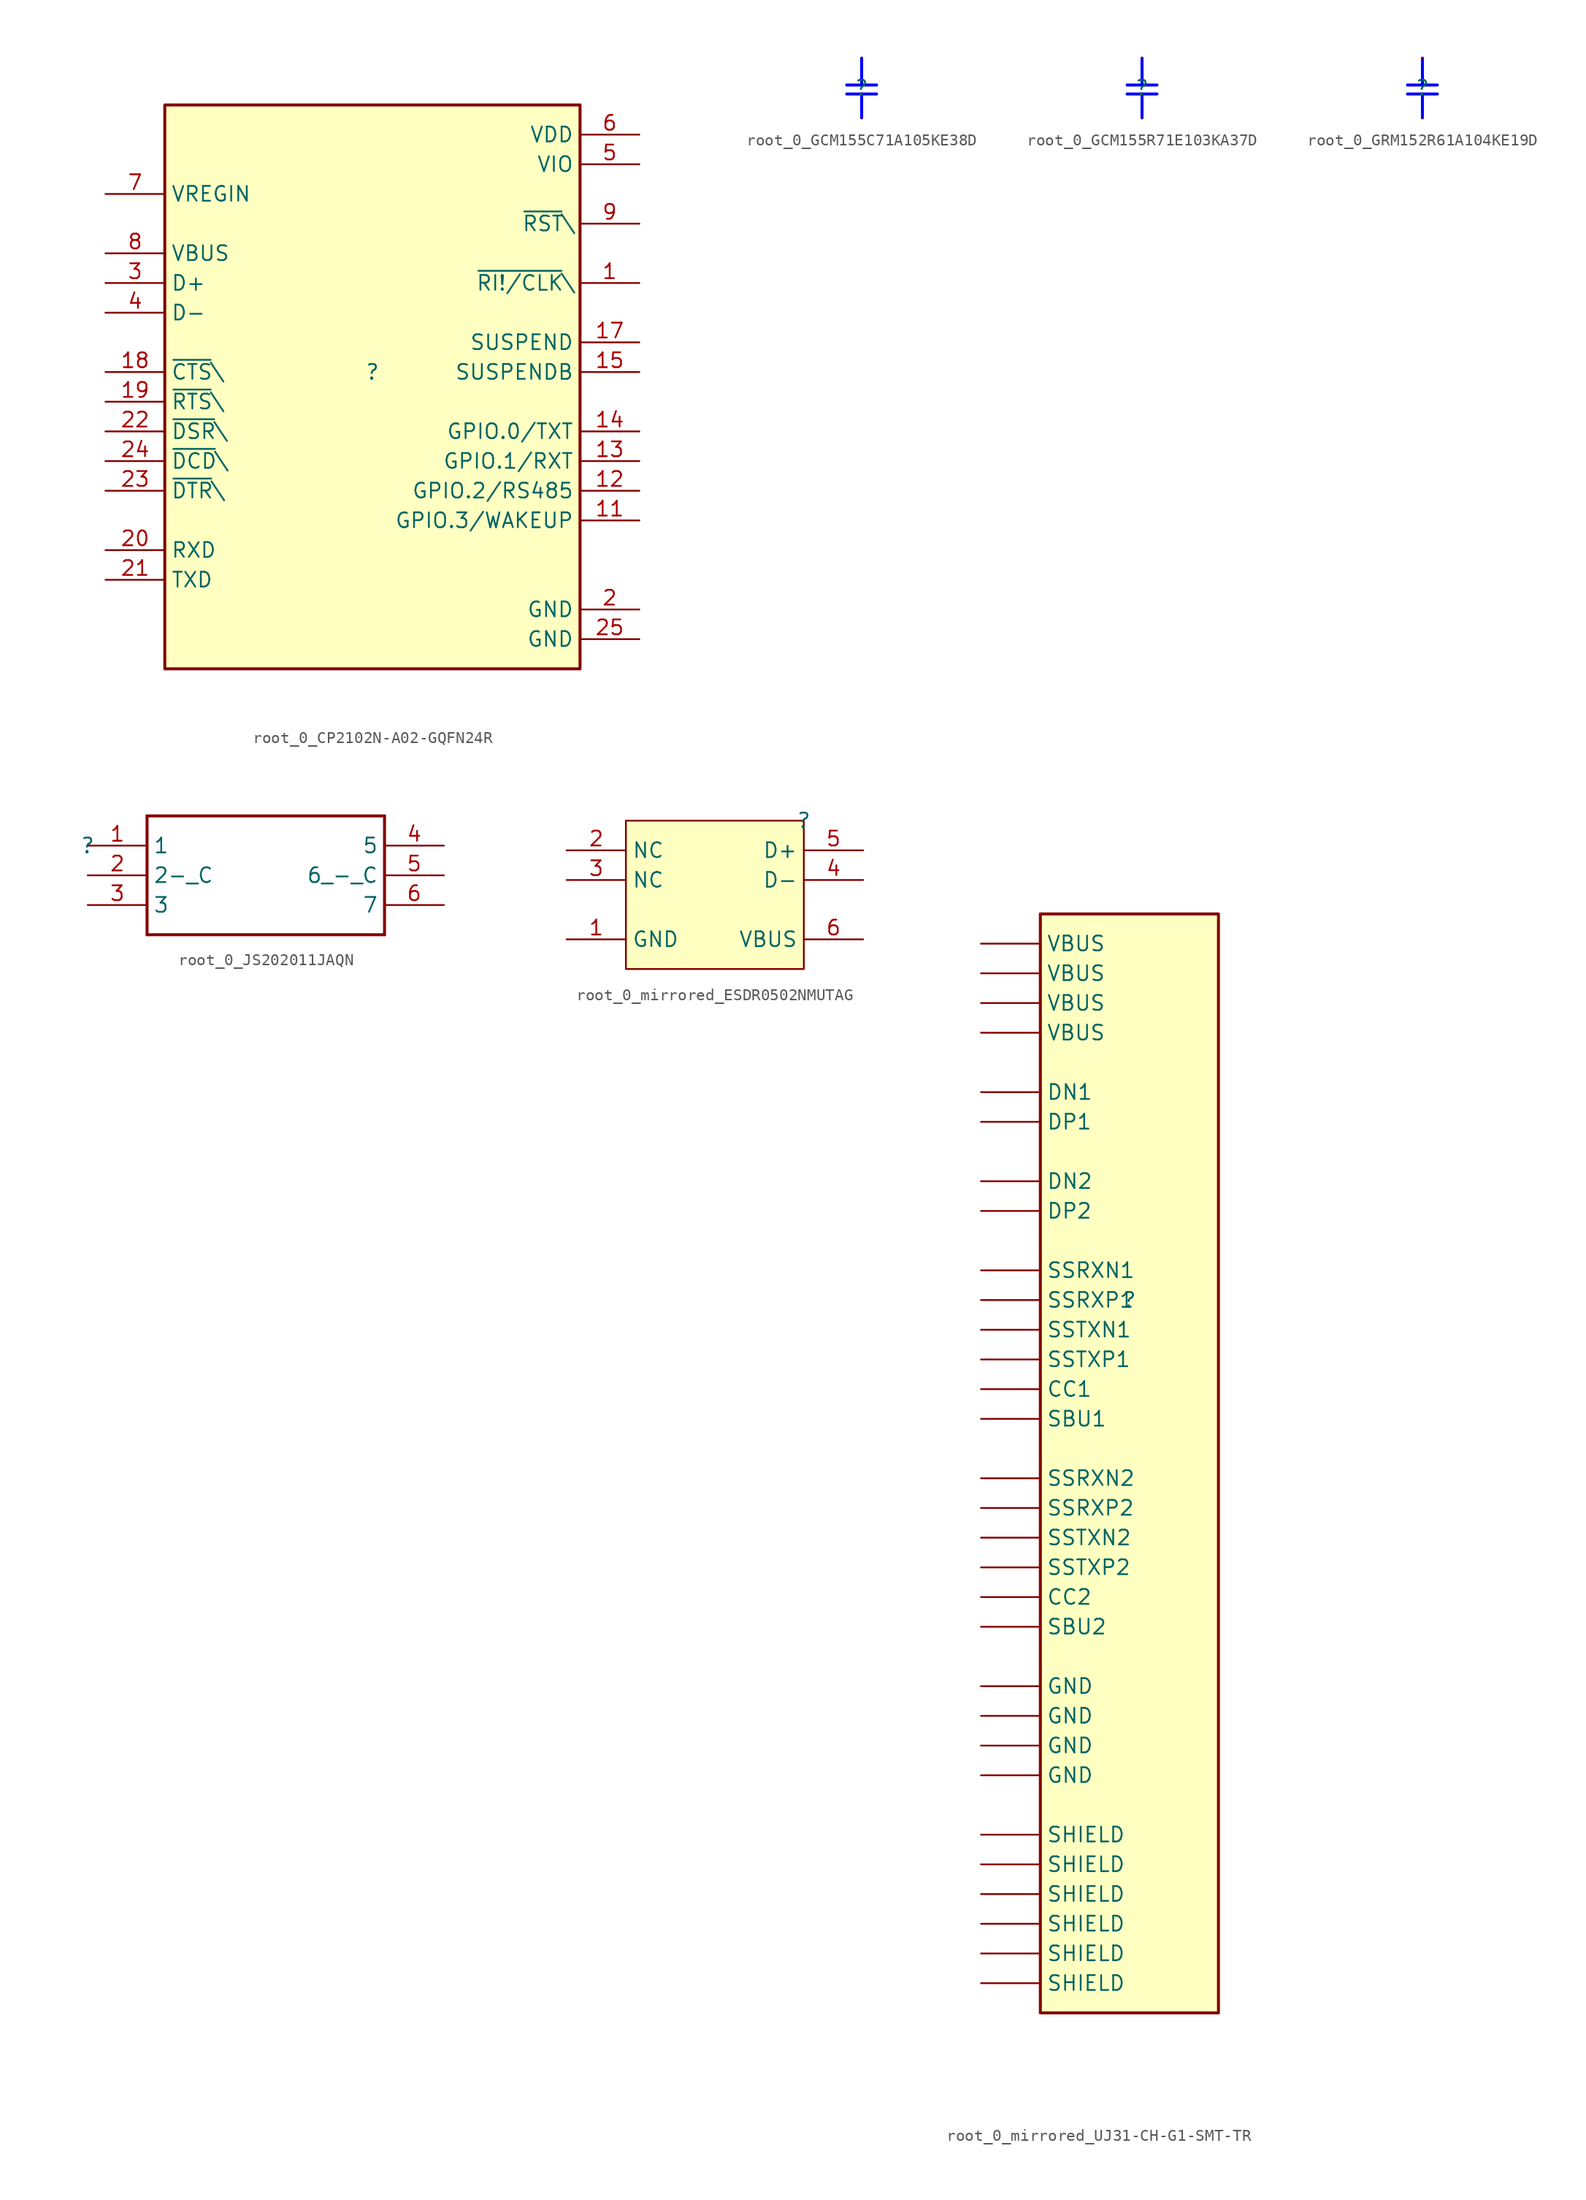
<source format=kicad_sym>
(kicad_symbol_lib
  (version 20220914)
  (generator kicad_symbol_editor)
  (symbol "root_0_CP2102N-A02-GQFN24R"
    (property "Reference" ""
      (at 0 0 0)
      (effects (font (size 1.27 1.27))))
    (property "Value" ""
      (at 0 0 0)
      (effects (font (size 1.27 1.27))))
    (symbol "root_0_CP2102N-A02-GQFN24R_1_0"
      (rectangle (start 17.78 22.86) (end -17.78 -25.4) (stroke (width 0.254) (type solid)) (fill (type background)))
      (pin bidirectional line (at 22.86 7.62 180) (length 5.08) (name "~{RI!/CLK}\\" (effects (font (size 1.27 1.27)))) (number "1" (effects (font (size 1.27 1.27)))))
      (pin bidirectional line (at 22.86 -12.7 180) (length 5.08) (name "GPIO.3/WAKEUP" (effects (font (size 1.27 1.27)))) (number "11" (effects (font (size 1.27 1.27)))))
      (pin bidirectional line (at 22.86 -10.16 180) (length 5.08) (name "GPIO.2/RS485" (effects (font (size 1.27 1.27)))) (number "12" (effects (font (size 1.27 1.27)))))
      (pin bidirectional line (at 22.86 -7.62 180) (length 5.08) (name "GPIO.1/RXT" (effects (font (size 1.27 1.27)))) (number "13" (effects (font (size 1.27 1.27)))))
      (pin bidirectional line (at 22.86 -5.08 180) (length 5.08) (name "GPIO.0/TXT" (effects (font (size 1.27 1.27)))) (number "14" (effects (font (size 1.27 1.27)))))
      (pin output line (at 22.86 0 180) (length 5.08) (name "SUSPENDB" (effects (font (size 1.27 1.27)))) (number "15" (effects (font (size 1.27 1.27)))))
      (pin output line (at 22.86 2.54 180) (length 5.08) (name "SUSPEND" (effects (font (size 1.27 1.27)))) (number "17" (effects (font (size 1.27 1.27)))))
      (pin input line (at -22.86 0 0) (length 5.08) (name "~{CTS}\\" (effects (font (size 1.27 1.27)))) (number "18" (effects (font (size 1.27 1.27)))))
      (pin output line (at -22.86 -2.54 0) (length 5.08) (name "~{RTS}\\" (effects (font (size 1.27 1.27)))) (number "19" (effects (font (size 1.27 1.27)))))
      (pin power_in line (at 22.86 -20.32 180) (length 5.08) (name "GND" (effects (font (size 1.27 1.27)))) (number "2" (effects (font (size 1.27 1.27)))))
      (pin input line (at -22.86 -15.24 0) (length 5.08) (name "RXD" (effects (font (size 1.27 1.27)))) (number "20" (effects (font (size 1.27 1.27)))))
      (pin output line (at -22.86 -17.78 0) (length 5.08) (name "TXD" (effects (font (size 1.27 1.27)))) (number "21" (effects (font (size 1.27 1.27)))))
      (pin input line (at -22.86 -5.08 0) (length 5.08) (name "~{DSR}\\" (effects (font (size 1.27 1.27)))) (number "22" (effects (font (size 1.27 1.27)))))
      (pin output line (at -22.86 -10.16 0) (length 5.08) (name "~{DTR}\\" (effects (font (size 1.27 1.27)))) (number "23" (effects (font (size 1.27 1.27)))))
      (pin input line (at -22.86 -7.62 0) (length 5.08) (name "~{DCD}\\" (effects (font (size 1.27 1.27)))) (number "24" (effects (font (size 1.27 1.27)))))
      (pin power_in line (at 22.86 -22.86 180) (length 5.08) (name "GND" (effects (font (size 1.27 1.27)))) (number "25" (effects (font (size 1.27 1.27)))))
      (pin bidirectional line (at -22.86 7.62 0) (length 5.08) (name "D+" (effects (font (size 1.27 1.27)))) (number "3" (effects (font (size 1.27 1.27)))))
      (pin bidirectional line (at -22.86 5.08 0) (length 5.08) (name "D-" (effects (font (size 1.27 1.27)))) (number "4" (effects (font (size 1.27 1.27)))))
      (pin power_in line (at 22.86 17.78 180) (length 5.08) (name "VIO" (effects (font (size 1.27 1.27)))) (number "5" (effects (font (size 1.27 1.27)))))
      (pin power_in line (at 22.86 20.32 180) (length 5.08) (name "VDD" (effects (font (size 1.27 1.27)))) (number "6" (effects (font (size 1.27 1.27)))))
      (pin input line (at -22.86 15.24 0) (length 5.08) (name "VREGIN" (effects (font (size 1.27 1.27)))) (number "7" (effects (font (size 1.27 1.27)))))
      (pin input line (at -22.86 10.16 0) (length 5.08) (name "VBUS" (effects (font (size 1.27 1.27)))) (number "8" (effects (font (size 1.27 1.27)))))
      (pin bidirectional line (at 22.86 12.7 180) (length 5.08) (name "~{RST}\\" (effects (font (size 1.27 1.27)))) (number "9" (effects (font (size 1.27 1.27)))))))
  (symbol "root_0_GCM155C71A105KE38D"
    (property "Reference" ""
      (at 0 0 0)
      (effects (font (size 1.27 1.27))))
    (property "Value" ""
      (at 0 0 0)
      (effects (font (size 1.27 1.27))))
    (symbol "root_0_GCM155C71A105KE38D_1_0"
      (polyline (pts (xy -1.27 -0.508) (xy 1.27 -0.508)) (stroke (width 0.254) (type solid) (color 0 0 255 1)) (fill (type none)))
      (polyline (pts (xy -1.27 0.254) (xy 1.27 0.254)) (stroke (width 0.254) (type solid) (color 0 0 255 1)) (fill (type none)))
      (polyline (pts (xy 0 -2.54) (xy 0 -0.508)) (stroke (width 0.254) (type solid) (color 0 0 255 1)) (fill (type none)))
      (polyline (pts (xy 0 0.254) (xy 0 2.54)) (stroke (width 0.254) (type solid) (color 0 0 255 1)) (fill (type none)))
      (pin passive line (at 0 2.54 270) (length 0) (name "1" (effects (font (size 0 0)))) (number "1" (effects (font (size 0 0)))))
      (pin passive line (at 0 -2.54 90) (length 0) (name "2" (effects (font (size 0 0)))) (number "2" (effects (font (size 0 0)))))))
  (symbol "root_0_GCM155R71E103KA37D"
    (property "Reference" ""
      (at 0 0 0)
      (effects (font (size 1.27 1.27))))
    (property "Value" ""
      (at 0 0 0)
      (effects (font (size 1.27 1.27))))
    (symbol "root_0_GCM155R71E103KA37D_1_0"
      (polyline (pts (xy -1.27 -0.508) (xy 1.27 -0.508)) (stroke (width 0.254) (type solid) (color 0 0 255 1)) (fill (type none)))
      (polyline (pts (xy -1.27 0.254) (xy 1.27 0.254)) (stroke (width 0.254) (type solid) (color 0 0 255 1)) (fill (type none)))
      (polyline (pts (xy 0 -2.54) (xy 0 -0.508)) (stroke (width 0.254) (type solid) (color 0 0 255 1)) (fill (type none)))
      (polyline (pts (xy 0 0.254) (xy 0 2.54)) (stroke (width 0.254) (type solid) (color 0 0 255 1)) (fill (type none)))
      (pin passive line (at 0 2.54 270) (length 0) (name "1" (effects (font (size 0 0)))) (number "1" (effects (font (size 0 0)))))
      (pin passive line (at 0 -2.54 90) (length 0) (name "2" (effects (font (size 0 0)))) (number "2" (effects (font (size 0 0)))))))
  (symbol "root_0_GRM152R61A104KE19D"
    (property "Reference" ""
      (at 0 0 0)
      (effects (font (size 1.27 1.27))))
    (property "Value" ""
      (at 0 0 0)
      (effects (font (size 1.27 1.27))))
    (symbol "root_0_GRM152R61A104KE19D_1_0"
      (polyline (pts (xy -1.27 -0.508) (xy 1.27 -0.508)) (stroke (width 0.254) (type solid) (color 0 0 255 1)) (fill (type none)))
      (polyline (pts (xy -1.27 0.254) (xy 1.27 0.254)) (stroke (width 0.254) (type solid) (color 0 0 255 1)) (fill (type none)))
      (polyline (pts (xy 0 -2.54) (xy 0 -0.508)) (stroke (width 0.254) (type solid) (color 0 0 255 1)) (fill (type none)))
      (polyline (pts (xy 0 0.254) (xy 0 2.54)) (stroke (width 0.254) (type solid) (color 0 0 255 1)) (fill (type none)))
      (pin passive line (at 0 2.54 270) (length 0) (name "1" (effects (font (size 0 0)))) (number "1" (effects (font (size 0 0)))))
      (pin passive line (at 0 -2.54 90) (length 0) (name "2" (effects (font (size 0 0)))) (number "2" (effects (font (size 0 0)))))))
  (symbol "root_0_JS202011JAQN"
    (property "Reference" ""
      (at 0 0 0)
      (effects (font (size 1.27 1.27))))
    (property "Value" ""
      (at 0 0 0)
      (effects (font (size 1.27 1.27))))
    (symbol "root_0_JS202011JAQN_1_0"
      (polyline (pts (xy 5.08 2.54) (xy 5.08 -7.62)) (stroke (width 0.254) (type solid)) (fill (type none)))
      (polyline (pts (xy 5.08 2.54) (xy 25.4 2.54)) (stroke (width 0.254) (type solid)) (fill (type none)))
      (polyline (pts (xy 25.4 -7.62) (xy 5.08 -7.62)) (stroke (width 0.254) (type solid)) (fill (type none)))
      (polyline (pts (xy 25.4 -7.62) (xy 25.4 2.54)) (stroke (width 0.254) (type solid)) (fill (type none)))
      (pin bidirectional line (at 0 0 0) (length 5.08) (name "1" (effects (font (size 1.27 1.27)))) (number "1" (effects (font (size 1.27 1.27)))))
      (pin bidirectional line (at 0 -2.54 0) (length 5.08) (name "2-_C" (effects (font (size 1.27 1.27)))) (number "2" (effects (font (size 1.27 1.27)))))
      (pin bidirectional line (at 0 -5.08 0) (length 5.08) (name "3" (effects (font (size 1.27 1.27)))) (number "3" (effects (font (size 1.27 1.27)))))
      (pin bidirectional line (at 30.48 0 180) (length 5.08) (name "5" (effects (font (size 1.27 1.27)))) (number "4" (effects (font (size 1.27 1.27)))))
      (pin bidirectional line (at 30.48 -2.54 180) (length 5.08) (name "6_-_C" (effects (font (size 1.27 1.27)))) (number "5" (effects (font (size 1.27 1.27)))))
      (pin bidirectional line (at 30.48 -5.08 180) (length 5.08) (name "7" (effects (font (size 1.27 1.27)))) (number "6" (effects (font (size 1.27 1.27)))))))
  (symbol "root_0_mirrored_ESDR0502NMUTAG"
    (property "Reference" ""
      (at 0 0 0)
      (effects (font (size 1.27 1.27))))
    (property "Value" ""
      (at 0 0 0)
      (effects (font (size 1.27 1.27))))
    (symbol "root_0_mirrored_ESDR0502NMUTAG_1_0"
      (rectangle (start 0 0) (end -15.24 -12.7) (stroke (width 0) (type solid)) (fill (type background)))
      (pin power_in line (at -20.32 -10.16 0) (length 5.08) (name "GND" (effects (font (size 1.27 1.27)))) (number "1" (effects (font (size 1.27 1.27)))))
      (pin passive line (at -20.32 -2.54 0) (length 5.08) (name "NC" (effects (font (size 1.27 1.27)))) (number "2" (effects (font (size 1.27 1.27)))))
      (pin passive line (at -20.32 -5.08 0) (length 5.08) (name "NC" (effects (font (size 1.27 1.27)))) (number "3" (effects (font (size 1.27 1.27)))))
      (pin passive line (at 5.08 -5.08 180) (length 5.08) (name "D-" (effects (font (size 1.27 1.27)))) (number "4" (effects (font (size 1.27 1.27)))))
      (pin passive line (at 5.08 -2.54 180) (length 5.08) (name "D+" (effects (font (size 1.27 1.27)))) (number "5" (effects (font (size 1.27 1.27)))))
      (pin power_in line (at 5.08 -10.16 180) (length 5.08) (name "VBUS" (effects (font (size 1.27 1.27)))) (number "6" (effects (font (size 1.27 1.27)))))))
  (symbol "root_0_mirrored_UJ31-CH-G1-SMT-TR"
    (property "Reference" ""
      (at 0 0 0)
      (effects (font (size 1.27 1.27))))
    (property "Value" ""
      (at 0 0 0)
      (effects (font (size 1.27 1.27))))
    (symbol "root_0_mirrored_UJ31-CH-G1-SMT-TR_1_0"
      (rectangle (start 7.62 33.02) (end -7.62 -60.96) (stroke (width 0.254) (type solid)) (fill (type background)))
      (pin power_in line (at -12.7 -33.02 0) (length 5.08) (name "GND" (effects (font (size 1.27 1.27)))) (number "A1" (effects (font (size 0 0)))))
      (pin bidirectional line (at -12.7 -15.24 0) (length 5.08) (name "SSRXN2" (effects (font (size 1.27 1.27)))) (number "A10" (effects (font (size 0 0)))))
      (pin bidirectional line (at -12.7 -17.78 0) (length 5.08) (name "SSRXP2" (effects (font (size 1.27 1.27)))) (number "A11" (effects (font (size 0 0)))))
      (pin power_in line (at -12.7 -35.56 0) (length 5.08) (name "GND" (effects (font (size 1.27 1.27)))) (number "A12" (effects (font (size 0 0)))))
      (pin bidirectional line (at -12.7 -5.08 0) (length 5.08) (name "SSTXP1" (effects (font (size 1.27 1.27)))) (number "A2" (effects (font (size 0 0)))))
      (pin bidirectional line (at -12.7 -2.54 0) (length 5.08) (name "SSTXN1" (effects (font (size 1.27 1.27)))) (number "A3" (effects (font (size 0 0)))))
      (pin power_in line (at -12.7 30.48 0) (length 5.08) (name "VBUS" (effects (font (size 1.27 1.27)))) (number "A4" (effects (font (size 0 0)))))
      (pin bidirectional line (at -12.7 -7.62 0) (length 5.08) (name "CC1" (effects (font (size 1.27 1.27)))) (number "A5" (effects (font (size 0 0)))))
      (pin bidirectional line (at -12.7 15.24 0) (length 5.08) (name "DP1" (effects (font (size 1.27 1.27)))) (number "A6" (effects (font (size 0 0)))))
      (pin bidirectional line (at -12.7 17.78 0) (length 5.08) (name "DN1" (effects (font (size 1.27 1.27)))) (number "A7" (effects (font (size 0 0)))))
      (pin bidirectional line (at -12.7 -10.16 0) (length 5.08) (name "SBU1" (effects (font (size 1.27 1.27)))) (number "A8" (effects (font (size 0 0)))))
      (pin power_in line (at -12.7 27.94 0) (length 5.08) (name "VBUS" (effects (font (size 1.27 1.27)))) (number "A9" (effects (font (size 0 0)))))
      (pin power_in line (at -12.7 -38.1 0) (length 5.08) (name "GND" (effects (font (size 1.27 1.27)))) (number "B1" (effects (font (size 0 0)))))
      (pin bidirectional line (at -12.7 2.54 0) (length 5.08) (name "SSRXN1" (effects (font (size 1.27 1.27)))) (number "B10" (effects (font (size 0 0)))))
      (pin bidirectional line (at -12.7 0 0) (length 5.08) (name "SSRXP1" (effects (font (size 1.27 1.27)))) (number "B11" (effects (font (size 0 0)))))
      (pin power_in line (at -12.7 -40.64 0) (length 5.08) (name "GND" (effects (font (size 1.27 1.27)))) (number "B12" (effects (font (size 0 0)))))
      (pin bidirectional line (at -12.7 -22.86 0) (length 5.08) (name "SSTXP2" (effects (font (size 1.27 1.27)))) (number "B2" (effects (font (size 0 0)))))
      (pin bidirectional line (at -12.7 -20.32 0) (length 5.08) (name "SSTXN2" (effects (font (size 1.27 1.27)))) (number "B3" (effects (font (size 0 0)))))
      (pin power_in line (at -12.7 25.4 0) (length 5.08) (name "VBUS" (effects (font (size 1.27 1.27)))) (number "B4" (effects (font (size 0 0)))))
      (pin bidirectional line (at -12.7 -25.4 0) (length 5.08) (name "CC2" (effects (font (size 1.27 1.27)))) (number "B5" (effects (font (size 0 0)))))
      (pin bidirectional line (at -12.7 7.62 0) (length 5.08) (name "DP2" (effects (font (size 1.27 1.27)))) (number "B6" (effects (font (size 0 0)))))
      (pin bidirectional line (at -12.7 10.16 0) (length 5.08) (name "DN2" (effects (font (size 1.27 1.27)))) (number "B7" (effects (font (size 0 0)))))
      (pin bidirectional line (at -12.7 -27.94 0) (length 5.08) (name "SBU2" (effects (font (size 1.27 1.27)))) (number "B8" (effects (font (size 0 0)))))
      (pin power_in line (at -12.7 22.86 0) (length 5.08) (name "VBUS" (effects (font (size 1.27 1.27)))) (number "B9" (effects (font (size 0 0)))))
      (pin power_in line (at -12.7 -45.72 0) (length 5.08) (name "SHIELD" (effects (font (size 1.27 1.27)))) (number "SH1" (effects (font (size 0 0)))))
      (pin power_in line (at -12.7 -48.26 0) (length 5.08) (name "SHIELD" (effects (font (size 1.27 1.27)))) (number "SH2" (effects (font (size 0 0)))))
      (pin power_in line (at -12.7 -50.8 0) (length 5.08) (name "SHIELD" (effects (font (size 1.27 1.27)))) (number "SH3" (effects (font (size 0 0)))))
      (pin power_in line (at -12.7 -53.34 0) (length 5.08) (name "SHIELD" (effects (font (size 1.27 1.27)))) (number "SH4" (effects (font (size 0 0)))))
      (pin power_in line (at -12.7 -55.88 0) (length 5.08) (name "SHIELD" (effects (font (size 1.27 1.27)))) (number "SH5" (effects (font (size 0 0)))))
      (pin power_in line (at -12.7 -58.42 0) (length 5.08) (name "SHIELD" (effects (font (size 1.27 1.27)))) (number "SH6" (effects (font (size 0 0))))))))
</source>
